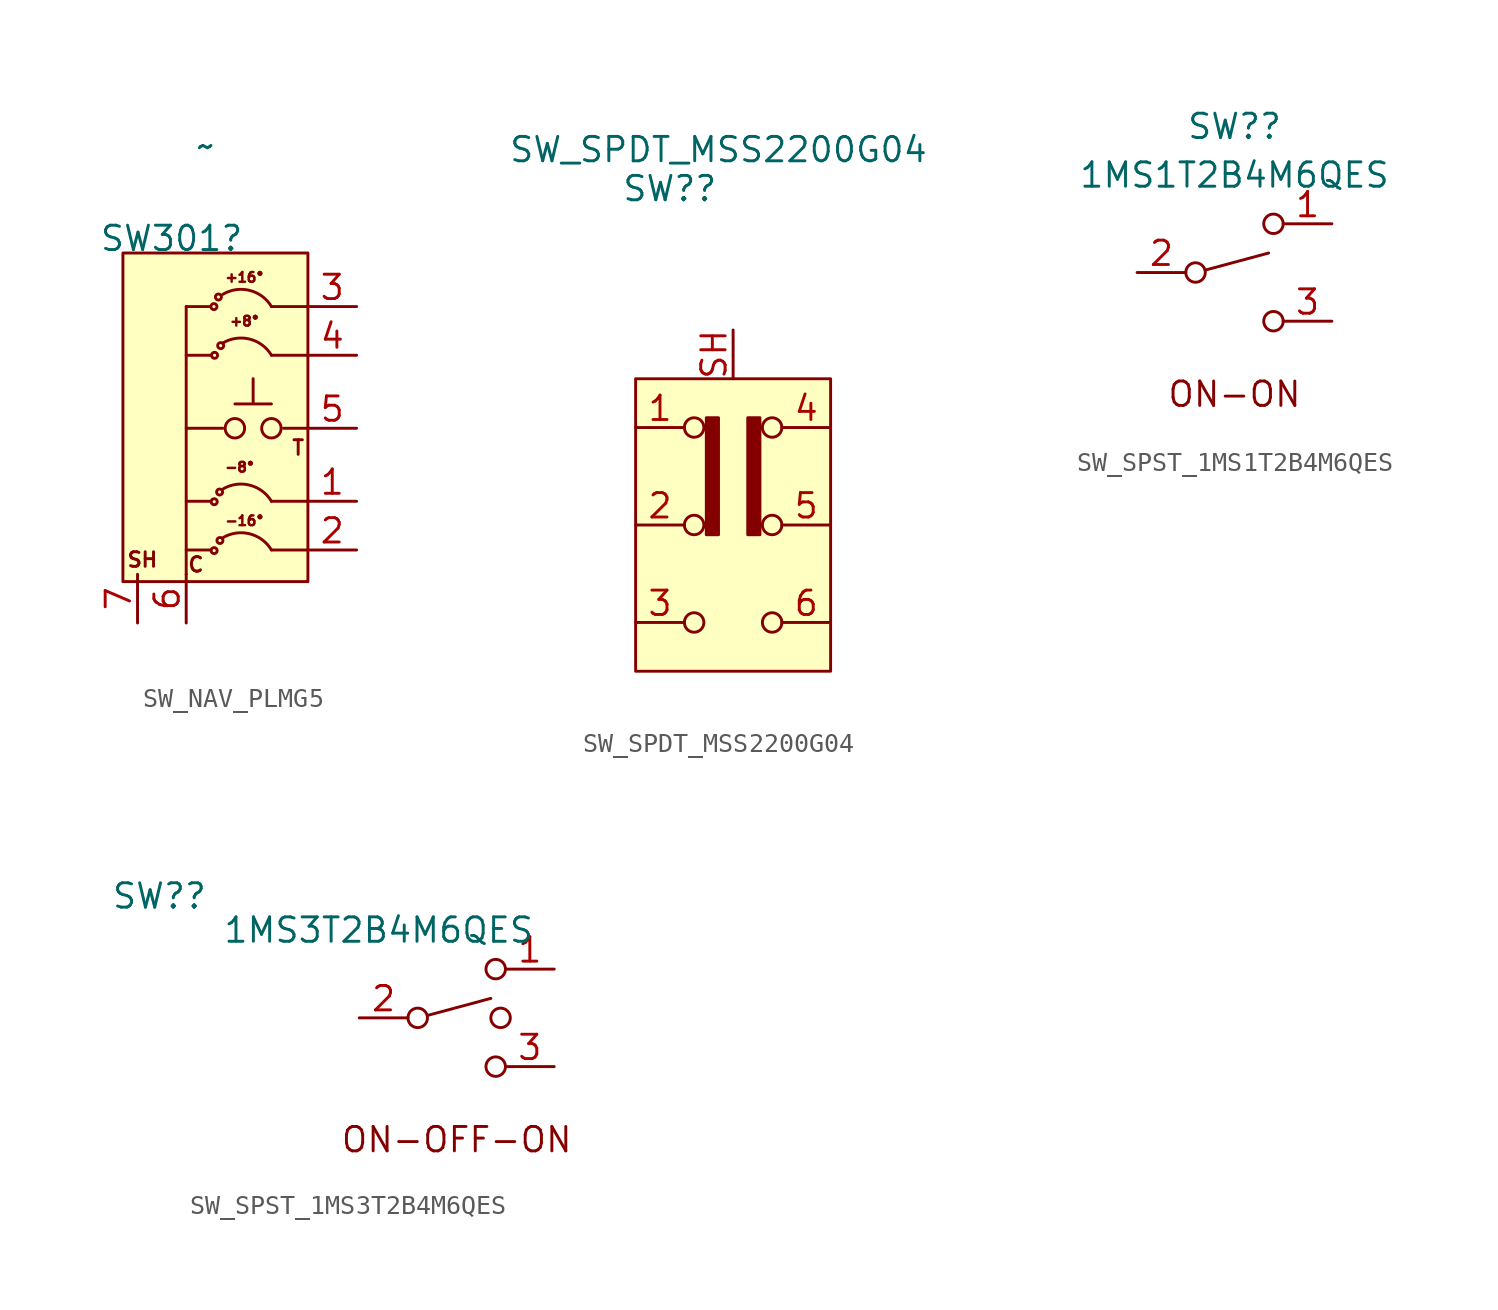
<source format=kicad_sym>
(kicad_symbol_lib
  (version 20231120)
  (generator "kicad_symbol_editor")
  (generator_version "8.0")
  (symbol "SW_NAV_PLMG5"
    (property "Reference" "SW301"
      (at -0.762 4.826 0)
      (effects (font (size 1.27 1.27))))
    (property "Value" "~"
      (at 1.016 9.652 0)
      (effects (font (size 1.27 1.27))))
    (symbol "SW_NAV_PLMG5_0_1"
      (rectangle (start -3.302 4.064) (end 6.35 -13.081) (stroke (width 0) (type default)) (fill (type background)))
      (circle (center 2.54 -5.08) (radius 0.508) (stroke (width 0) (type default)) (fill (type none)))
      (circle (center 4.445 -5.08) (radius 0.508) (stroke (width 0) (type default)) (fill (type none))))
    (symbol "SW_NAV_PLMG5_1_1"
      (polyline (pts (xy 0 -12.7) (xy 0 1.27)) (stroke (width 0) (type default)) (fill (type none)))
      (polyline (pts (xy 0 -11.43) (xy 1.27 -11.43)) (stroke (width 0) (type default)) (fill (type none)))
      (polyline (pts (xy 0 -8.89) (xy 1.27 -8.89)) (stroke (width 0) (type default)) (fill (type none)))
      (polyline (pts (xy 0 -1.27) (xy 1.27 -1.27)) (stroke (width 0) (type default)) (fill (type none)))
      (polyline (pts (xy 0 1.27) (xy 1.27 1.27)) (stroke (width 0) (type default)) (fill (type none)))
      (polyline (pts (xy 1.905 -5.08) (xy 0 -5.08)) (stroke (width 0) (type default)) (fill (type none)))
      (polyline (pts (xy 2.54 -3.81) (xy 4.445 -3.81)) (stroke (width 0) (type default)) (fill (type none)))
      (polyline (pts (xy 3.492 -3.763) (xy 3.492 -2.493)) (stroke (width 0) (type default)) (fill (type none)))
      (polyline (pts (xy 5.08 -5.08) (xy 6.35 -5.08)) (stroke (width 0) (type default)) (fill (type none)))
      (polyline (pts (xy 6.35 -11.43) (xy 4.445 -11.43)) (stroke (width 0) (type default)) (fill (type none)))
      (polyline (pts (xy 6.35 -8.89) (xy 4.445 -8.89)) (stroke (width 0) (type default)) (fill (type none)))
      (polyline (pts (xy 6.35 -1.27) (xy 4.445 -1.27)) (stroke (width 0) (type default)) (fill (type none)))
      (polyline (pts (xy 6.35 1.27) (xy 4.445 1.27)) (stroke (width 0) (type default)) (fill (type none)))
      (circle (center 1.446 1.268) (radius 0.158) (stroke (width 0) (type default)) (fill (type none)))
      (circle (center 1.457 -11.463) (radius 0.158) (stroke (width 0) (type default)) (fill (type none)))
      (circle (center 1.461 -8.913) (radius 0.158) (stroke (width 0) (type default)) (fill (type none)))
      (circle (center 1.48 -1.274) (radius 0.158) (stroke (width 0) (type default)) (fill (type none)))
      (circle (center 1.68 1.768) (radius 0.158) (stroke (width 0) (type default)) (fill (type none)))
      (circle (center 1.742 -8.407) (radius 0.158) (stroke (width 0) (type default)) (fill (type none)))
      (circle (center 1.76 -10.936) (radius 0.158) (stroke (width 0) (type default)) (fill (type none)))
      (circle (center 1.798 -0.769) (radius 0.158) (stroke (width 0) (type default)) (fill (type none)))
      (arc (start 4.445 -11.43) (mid 3.3065 -10.5864) (end 1.905 -10.795) (stroke (width 0) (type default)) (fill (type none)))
      (arc (start 4.445 -8.89) (mid 3.3065 -8.0464) (end 1.905 -8.255) (stroke (width 0) (type default)) (fill (type none)))
      (arc (start 4.445 -1.27) (mid 3.3065 -0.4264) (end 1.905 -0.635) (stroke (width 0) (type default)) (fill (type none)))
      (arc (start 4.445 1.27) (mid 3.3065 2.1136) (end 1.905 1.905) (stroke (width 0) (type default)) (fill (type none)))
      (text "+16°" (at 3.048 2.794 0) (effects (font (size 0.508 0.508))))
      (text "+8°" (at 3.048 0.508 0) (effects (font (size 0.508 0.508))))
      (text "-16°" (at 3.048 -9.906 0) (effects (font (size 0.508 0.508))))
      (text "-8°" (at 2.794 -7.112 0) (effects (font (size 0.508 0.508))))
      (text "C" (at 0.508 -12.192 0) (effects (font (size 0.762 0.762))))
      (text "SH" (at -2.286 -11.938 0) (effects (font (size 0.762 0.762))))
      (text "T" (at 5.842 -6.096 0) (effects (font (size 0.762 0.762))))
      (pin input line (at 8.89 -8.89 180) (length 2.54) (name "" (effects (font (size 1.27 1.27)))) (number "1" (effects (font (size 1.27 1.27)))))
      (pin input line (at 8.89 -11.43 180) (length 2.54) (name "" (effects (font (size 1.27 1.27)))) (number "2" (effects (font (size 1.27 1.27)))))
      (pin input line (at 8.89 1.27 180) (length 2.54) (name "" (effects (font (size 1.27 1.27)))) (number "3" (effects (font (size 1.27 1.27)))))
      (pin input line (at 8.89 -1.27 180) (length 2.54) (name "" (effects (font (size 1.27 1.27)))) (number "4" (effects (font (size 1.27 1.27)))))
      (pin input line (at 8.89 -5.08 180) (length 2.54) (name "" (effects (font (size 1.27 1.27)))) (number "5" (effects (font (size 1.27 1.27)))))
      (pin input line (at 0 -15.24 90) (length 2.54) (name "" (effects (font (size 1.27 1.27)))) (number "6" (effects (font (size 1.27 1.27)))))
      (pin input line (at -2.54 -15.24 90) (length 2.54) (name "" (effects (font (size 1.27 1.27)))) (number "7" (effects (font (size 1.27 1.27)))))))
  (symbol "SW_SPDT_MSS2200G04"
    (pin_names
      (offset 0) hide)
    (property "Reference" "SW?"
      (at -3.302 17.526 0)
      (effects (font (size 1.27 1.27))))
    (property "Value" "SW_SPDT_MSS2200G04"
      (at -0.762 19.558 0)
      (effects (font (size 1.27 1.27))))
    (symbol "SW_SPDT_MSS2200G04_0_0"
      (circle (center -2.032 -5.08) (radius 0.508) (stroke (width 0) (type default)) (fill (type none)))
      (circle (center -2.032 5.08) (radius 0.508) (stroke (width 0) (type default)) (fill (type none)))
      (circle (center 2.032 -5.08) (radius 0.508) (stroke (width 0) (type default)) (fill (type none)))
      (circle (center 2.032 0) (radius 0.508) (stroke (width 0) (type default)) (fill (type none))))
    (symbol "SW_SPDT_MSS2200G04_0_1"
      (circle (center -2.032 0) (radius 0.508) (stroke (width 0) (type default)) (fill (type none)))
      (circle (center 2.032 5.08) (radius 0.508) (stroke (width 0) (type default)) (fill (type none))))
    (symbol "SW_SPDT_MSS2200G04_1_1"
      (rectangle (start -1.397 5.588) (end -0.762 -0.508) (stroke (width 0) (type default)) (fill (type outline)))
      (polyline (pts (xy -5.08 7.62) (xy -5.08 -7.62) (xy 5.08 -7.62) (xy 5.08 7.62) (xy -5.08 7.62)) (stroke (width 0) (type default)) (fill (type background)))
      (rectangle (start 0.762 5.588) (end 1.397 -0.508) (stroke (width 0) (type default)) (fill (type outline)))
      (pin passive line (at -5.08 5.08 0) (length 2.54) (name "A" (effects (font (size 1.27 1.27)))) (number "1" (effects (font (size 1.27 1.27)))))
      (pin passive line (at -5.08 0 0) (length 2.54) (name "B" (effects (font (size 1.27 1.27)))) (number "2" (effects (font (size 1.27 1.27)))))
      (pin passive line (at -5.08 -5.08 0) (length 2.54) (name "C" (effects (font (size 1.27 1.27)))) (number "3" (effects (font (size 1.27 1.27)))))
      (pin passive line (at 5.08 5.08 180) (length 2.54) (name "C" (effects (font (size 1.27 1.27)))) (number "4" (effects (font (size 1.27 1.27)))))
      (pin passive line (at 5.08 0 180) (length 2.54) (name "B" (effects (font (size 1.27 1.27)))) (number "5" (effects (font (size 1.27 1.27)))))
      (pin passive line (at 5.08 -5.08 180) (length 2.54) (name "A" (effects (font (size 1.27 1.27)))) (number "6" (effects (font (size 1.27 1.27)))))
      (pin passive line (at 0 10.16 270) (length 2.54) (name "" (effects (font (size 1.27 1.27)))) (number "SH" (effects (font (size 1.27 1.27)))))))
  (symbol "SW_SPST_1MS1T2B4M6QES"
    (pin_names
      (offset 0) hide)
    (property "Reference" "SW?"
      (at 0 7.62 0)
      (effects (font (size 1.27 1.27))))
    (property "Value" "1MS1T2B4M6QES"
      (at 0 5.08 0)
      (effects (font (size 1.27 1.27))))
    (symbol "SW_SPST_1MS1T2B4M6QES_0_0"
      (circle (center -2.032 0) (radius 0.508) (stroke (width 0) (type default)) (fill (type none)))
      (polyline (pts (xy -1.524 0.127) (xy 1.778 1.016)) (stroke (width 0) (type default)) (fill (type none)))
      (circle (center 2.032 -2.54) (radius 0.508) (stroke (width 0) (type default)) (fill (type none))))
    (symbol "SW_SPST_1MS1T2B4M6QES_0_1"
      (circle (center 2.032 2.54) (radius 0.508) (stroke (width 0) (type default)) (fill (type none))))
    (symbol "SW_SPST_1MS1T2B4M6QES_1_1"
      (text "ON-ON\n" (at 0 -6.35 0) (effects (font (size 1.27 1.27))))
      (pin passive line (at 5.08 2.54 180) (length 2.54) (name "1" (effects (font (size 1.27 1.27)))) (number "1" (effects (font (size 1.27 1.27)))))
      (pin passive line (at -5.08 0 0) (length 2.54) (name "2" (effects (font (size 1.27 1.27)))) (number "2" (effects (font (size 1.27 1.27)))))
      (pin passive line (at 5.08 -2.54 180) (length 2.54) (name "3" (effects (font (size 1.27 1.27)))) (number "3" (effects (font (size 1.27 1.27)))))))
  (symbol "SW_SPST_1MS3T2B4M6QES"
    (pin_names
      (offset 0) hide)
    (property "Reference" "SW?"
      (at -15.494 6.35 0)
      (effects (font (size 1.27 1.27))))
    (property "Value" "1MS3T2B4M6QES"
      (at -4.064 4.572 0)
      (effects (font (size 1.27 1.27))))
    (symbol "SW_SPST_1MS3T2B4M6QES_0_0"
      (circle (center -2.032 0) (radius 0.508) (stroke (width 0) (type default)) (fill (type none)))
      (polyline (pts (xy -1.524 0.127) (xy 1.778 1.016)) (stroke (width 0) (type default)) (fill (type none)))
      (circle (center 2.032 -2.54) (radius 0.508) (stroke (width 0) (type default)) (fill (type none))))
    (symbol "SW_SPST_1MS3T2B4M6QES_0_1"
      (circle (center 2.032 2.54) (radius 0.508) (stroke (width 0) (type default)) (fill (type none)))
      (circle (center 2.286 0) (radius 0.508) (stroke (width 0) (type default)) (fill (type none))))
    (symbol "SW_SPST_1MS3T2B4M6QES_1_1"
      (text "ON-OFF-ON\n" (at 0 -6.35 0) (effects (font (size 1.27 1.27))))
      (pin passive line (at 5.08 2.54 180) (length 2.54) (name "1" (effects (font (size 1.27 1.27)))) (number "1" (effects (font (size 1.27 1.27)))))
      (pin passive line (at -5.08 0 0) (length 2.54) (name "2" (effects (font (size 1.27 1.27)))) (number "2" (effects (font (size 1.27 1.27)))))
      (pin passive line (at 5.08 -2.54 180) (length 2.54) (name "3" (effects (font (size 1.27 1.27)))) (number "3" (effects (font (size 1.27 1.27))))))))
</source>
